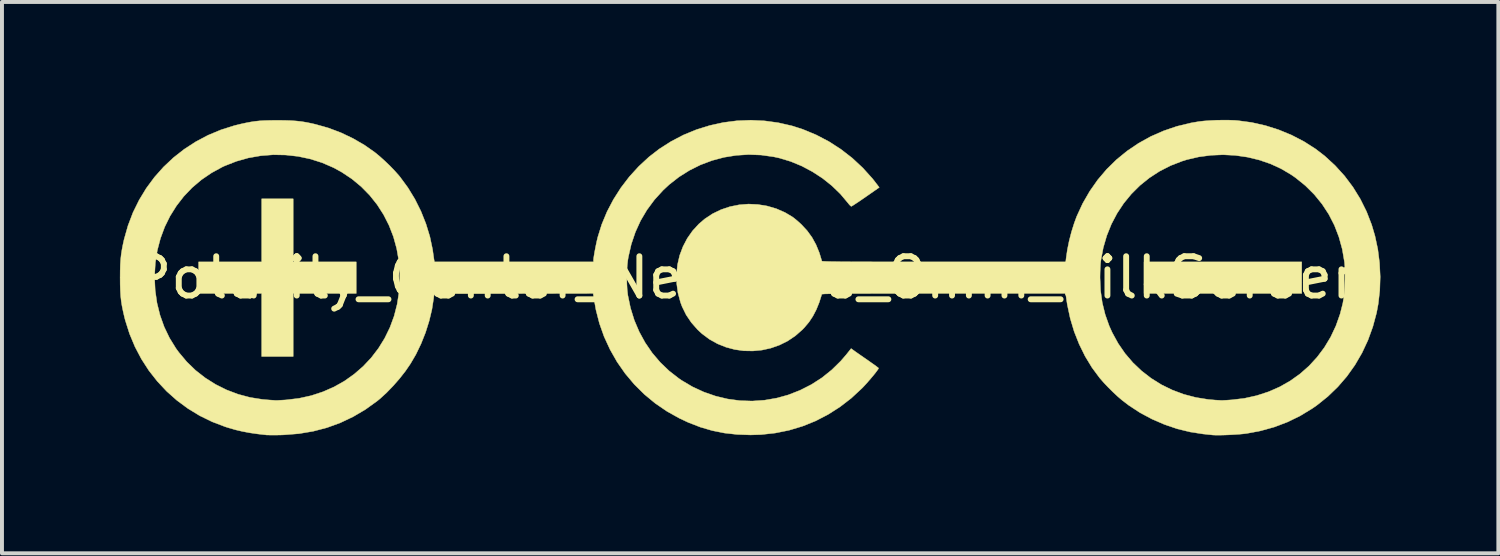
<source format=kicad_pcb>
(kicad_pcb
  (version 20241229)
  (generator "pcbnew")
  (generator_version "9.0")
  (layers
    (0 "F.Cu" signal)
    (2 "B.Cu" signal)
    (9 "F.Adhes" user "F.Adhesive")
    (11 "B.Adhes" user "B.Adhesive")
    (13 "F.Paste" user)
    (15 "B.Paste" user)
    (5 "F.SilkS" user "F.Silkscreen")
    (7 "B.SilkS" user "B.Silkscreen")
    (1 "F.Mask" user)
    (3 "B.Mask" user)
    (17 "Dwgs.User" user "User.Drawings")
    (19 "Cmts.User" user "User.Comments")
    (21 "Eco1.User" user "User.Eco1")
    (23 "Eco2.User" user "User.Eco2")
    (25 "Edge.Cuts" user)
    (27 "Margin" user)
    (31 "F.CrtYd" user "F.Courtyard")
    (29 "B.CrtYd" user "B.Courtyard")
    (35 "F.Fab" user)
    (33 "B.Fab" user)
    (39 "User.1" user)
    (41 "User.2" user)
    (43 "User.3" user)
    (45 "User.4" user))
  (footprint "Polarity_Center_Negative_8mm_SilkScreen"
    (layer "F.Cu")
    (at 16.021 4.012)
    (property "Reference" "Polarity_Center_Negative_8mm_SilkScreen" (at 0 0 0) (layer "F.SilkS") (effects (font (size 1 1) (thickness 0.15))))
    (attr exclude_from_pos_files exclude_from_bom allow_missing_courtyard)
    (fp_poly (pts (xy 14.037 0.401) (xy 10.026 0.401) (xy 10.026 -0.401) (xy 14.037 -0.401) (xy 14.037 0.401)) (stroke (width 0.01) (type solid)) (fill yes) (layer "F.SilkS"))
    (fp_poly (pts (xy -11.614 -0.401) (xy -10.01 -0.401) (xy -10.01 0.401) (xy -11.614 0.401) (xy -11.614 2.005) (xy -12.416 2.005) (xy -12.416 0.401) (xy -14.02 0.401) (xy -14.02 -0.401) (xy -12.416 -0.401) (xy -12.416 -2.005) (xy -11.614 -2.005) (xy -11.614 -0.401)) (stroke (width 0.01) (type solid)) (fill yes) (layer "F.SilkS"))
    (fp_poly (pts (xy 12.193 -4.006) (xy 12.338 -4.001) (xy 12.409 -3.995) (xy 12.765 -3.947) (xy 13.115 -3.868) (xy 13.455 -3.76) (xy 13.783 -3.624) (xy 14.095 -3.462) (xy 14.388 -3.275) (xy 14.622 -3.095) (xy 14.886 -2.852) (xy 15.126 -2.588) (xy 15.34 -2.303) (xy 15.527 -2) (xy 15.686 -1.68) (xy 15.816 -1.345) (xy 15.9 -1.061) (xy 15.972 -0.723) (xy 16.016 -0.375) (xy 16.033 -0.023) (xy 16.022 0.326) (xy 15.983 0.666) (xy 15.941 0.892) (xy 15.845 1.249) (xy 15.721 1.591) (xy 15.569 1.916) (xy 15.39 2.223) (xy 15.185 2.511) (xy 14.954 2.778) (xy 14.699 3.024) (xy 14.42 3.247) (xy 14.302 3.329) (xy 13.994 3.516) (xy 13.672 3.673) (xy 13.336 3.8) (xy 12.986 3.897) (xy 12.645 3.961) (xy 12.559 3.972) (xy 12.454 3.982) (xy 12.335 3.99) (xy 12.21 3.997) (xy 12.087 4.002) (xy 11.971 4.005) (xy 11.871 4.006) (xy 11.794 4.003) (xy 11.764 4.001) (xy 11.723 3.996) (xy 11.658 3.99) (xy 11.581 3.981) (xy 11.53 3.976) (xy 11.2 3.925) (xy 10.869 3.844) (xy 10.543 3.733) (xy 10.226 3.596) (xy 9.922 3.433) (xy 9.638 3.247) (xy 9.467 3.116) (xy 9.357 3.022) (xy 9.238 2.911) (xy 9.117 2.791) (xy 9.004 2.672) (xy 8.908 2.562) (xy 8.896 2.548) (xy 8.701 2.285) (xy 8.527 1.998) (xy 8.376 1.691) (xy 8.249 1.37) (xy 8.149 1.036) (xy 8.076 0.695) (xy 8.062 0.606) (xy 8.032 0.401) (xy 4.934 0.401) (xy 4.543 0.401) (xy 4.184 0.401) (xy 3.856 0.401) (xy 3.557 0.402) (xy 3.287 0.402) (xy 3.045 0.403) (xy 2.829 0.403) (xy 2.638 0.404) (xy 2.47 0.405) (xy 2.325 0.406) (xy 2.201 0.408) (xy 2.098 0.409) (xy 2.013 0.411) (xy 1.946 0.412) (xy 1.896 0.414) (xy 1.861 0.417) (xy 1.839 0.419) (xy 1.831 0.422) (xy 1.831 0.422) (xy 1.764 0.633) (xy 1.689 0.817) (xy 1.604 0.98) (xy 1.506 1.128) (xy 1.39 1.266) (xy 1.338 1.321) (xy 1.158 1.479) (xy 0.962 1.611) (xy 0.753 1.715) (xy 0.534 1.792) (xy 0.308 1.842) (xy 0.078 1.864) (xy -0.153 1.86) (xy -0.382 1.828) (xy -0.606 1.768) (xy -0.821 1.682) (xy -1.026 1.568) (xy -1.215 1.427) (xy -1.326 1.325) (xy -1.488 1.141) (xy -1.619 0.947) (xy -1.721 0.74) (xy -1.763 0.628) (xy -1.828 0.387) (xy -1.861 0.144) (xy -1.863 0.006) (xy 8.907 0.006) (xy 8.921 0.329) (xy 8.964 0.638) (xy 9.037 0.935) (xy 9.14 1.226) (xy 9.216 1.395) (xy 9.367 1.671) (xy 9.543 1.927) (xy 9.743 2.161) (xy 9.965 2.372) (xy 10.207 2.559) (xy 10.468 2.722) (xy 10.746 2.858) (xy 11.038 2.967) (xy 11.344 3.047) (xy 11.661 3.098) (xy 11.848 3.114) (xy 11.908 3.117) (xy 11.961 3.12) (xy 11.981 3.122) (xy 12.013 3.122) (xy 12.071 3.119) (xy 12.146 3.115) (xy 12.233 3.109) (xy 12.252 3.108) (xy 12.58 3.069) (xy 12.895 2.999) (xy 13.195 2.901) (xy 13.479 2.776) (xy 13.746 2.624) (xy 13.994 2.447) (xy 14.222 2.246) (xy 14.428 2.022) (xy 14.612 1.777) (xy 14.772 1.511) (xy 14.906 1.227) (xy 15.013 0.924) (xy 15.082 0.652) (xy 15.103 0.526) (xy 15.12 0.377) (xy 15.132 0.213) (xy 15.138 0.044) (xy 15.139 -0.121) (xy 15.134 -0.273) (xy 15.124 -0.397) (xy 15.068 -0.724) (xy 14.982 -1.036) (xy 14.868 -1.332) (xy 14.725 -1.611) (xy 14.554 -1.872) (xy 14.356 -2.115) (xy 14.131 -2.339) (xy 13.88 -2.542) (xy 13.769 -2.619) (xy 13.514 -2.77) (xy 13.24 -2.896) (xy 12.953 -2.994) (xy 12.654 -3.066) (xy 12.348 -3.11) (xy 12.038 -3.126) (xy 11.727 -3.113) (xy 11.419 -3.072) (xy 11.117 -3.002) (xy 10.996 -2.964) (xy 10.699 -2.849) (xy 10.42 -2.706) (xy 10.16 -2.537) (xy 9.921 -2.344) (xy 9.704 -2.128) (xy 9.51 -1.892) (xy 9.34 -1.635) (xy 9.196 -1.361) (xy 9.079 -1.07) (xy 8.99 -0.765) (xy 8.93 -0.446) (xy 8.924 -0.401) (xy 8.918 -0.333) (xy 8.913 -0.241) (xy 8.909 -0.137) (xy 8.907 -0.03) (xy 8.907 0.006) (xy -1.863 0.006) (xy -1.864 -0.098) (xy -1.838 -0.336) (xy -1.784 -0.568) (xy -1.701 -0.789) (xy -1.592 -0.998) (xy -1.457 -1.191) (xy -1.296 -1.366) (xy -1.148 -1.493) (xy -0.947 -1.626) (xy -0.732 -1.73) (xy -0.506 -1.806) (xy -0.272 -1.853) (xy -0.034 -1.872) (xy 0.205 -1.861) (xy 0.442 -1.822) (xy 0.672 -1.755) (xy 0.894 -1.658) (xy 1.078 -1.549) (xy 1.133 -1.508) (xy 1.201 -1.452) (xy 1.272 -1.389) (xy 1.316 -1.348) (xy 1.46 -1.192) (xy 1.582 -1.024) (xy 1.683 -0.84) (xy 1.767 -0.635) (xy 1.832 -0.422) (xy 1.838 -0.419) (xy 1.858 -0.417) (xy 1.891 -0.415) (xy 1.94 -0.413) (xy 2.004 -0.411) (xy 2.087 -0.409) (xy 2.188 -0.408) (xy 2.309 -0.406) (xy 2.451 -0.405) (xy 2.616 -0.404) (xy 2.804 -0.404) (xy 3.017 -0.403) (xy 3.257 -0.402) (xy 3.523 -0.402) (xy 3.818 -0.401) (xy 4.142 -0.401) (xy 4.498 -0.401) (xy 4.885 -0.401) (xy 8.034 -0.401) (xy 8.046 -0.505) (xy 8.077 -0.715) (xy 8.123 -0.94) (xy 8.182 -1.168) (xy 8.251 -1.388) (xy 8.315 -1.561) (xy 8.467 -1.89) (xy 8.646 -2.2) (xy 8.849 -2.489) (xy 9.076 -2.757) (xy 9.326 -3.002) (xy 9.597 -3.223) (xy 9.887 -3.419) (xy 10.195 -3.59) (xy 10.521 -3.733) (xy 10.861 -3.849) (xy 11.216 -3.935) (xy 11.419 -3.97) (xy 11.547 -3.985) (xy 11.699 -3.996) (xy 11.863 -4.004) (xy 12.031 -4.007) (xy 12.193 -4.006)) (stroke (width 0.01) (type solid)) (fill yes) (layer "F.SilkS"))
    (fp_poly (pts (xy 0.378 -3.988) (xy 0.727 -3.94) (xy 1.073 -3.861) (xy 1.345 -3.774) (xy 1.685 -3.633) (xy 2.01 -3.463) (xy 2.317 -3.265) (xy 2.606 -3.041) (xy 2.875 -2.79) (xy 3.122 -2.516) (xy 3.247 -2.355) (xy 3.292 -2.295) (xy 2.946 -2.054) (xy 2.85 -1.988) (xy 2.764 -1.929) (xy 2.689 -1.88) (xy 2.631 -1.842) (xy 2.593 -1.819) (xy 2.58 -1.813) (xy 2.561 -1.826) (xy 2.529 -1.858) (xy 2.493 -1.903) (xy 2.303 -2.129) (xy 2.087 -2.338) (xy 1.849 -2.528) (xy 1.592 -2.695) (xy 1.322 -2.839) (xy 1.041 -2.955) (xy 0.754 -3.042) (xy 0.608 -3.074) (xy 0.288 -3.119) (xy -0.031 -3.131) (xy -0.346 -3.111) (xy -0.657 -3.061) (xy -0.96 -2.98) (xy -1.253 -2.87) (xy -1.534 -2.73) (xy -1.8 -2.563) (xy -2.05 -2.368) (xy -2.206 -2.223) (xy -2.426 -1.981) (xy -2.617 -1.723) (xy -2.779 -1.449) (xy -2.911 -1.159) (xy -3.015 -0.852) (xy -3.089 -0.529) (xy -3.102 -0.451) (xy -3.117 -0.322) (xy -3.126 -0.172) (xy -3.13 -0.01) (xy -3.127 0.153) (xy -3.119 0.305) (xy -3.104 0.436) (xy -3.102 0.449) (xy -3.035 0.771) (xy -2.939 1.081) (xy -2.814 1.375) (xy -2.662 1.653) (xy -2.484 1.913) (xy -2.28 2.153) (xy -2.053 2.371) (xy -1.802 2.566) (xy -1.738 2.61) (xy -1.459 2.775) (xy -1.169 2.909) (xy -0.869 3.013) (xy -0.563 3.086) (xy -0.251 3.128) (xy 0.062 3.138) (xy 0.377 3.116) (xy 0.689 3.062) (xy 0.977 2.982) (xy 1.279 2.864) (xy 1.566 2.718) (xy 1.835 2.545) (xy 2.085 2.344) (xy 2.314 2.119) (xy 2.452 1.959) (xy 2.576 1.803) (xy 2.654 1.859) (xy 2.693 1.887) (xy 2.753 1.929) (xy 2.829 1.982) (xy 2.914 2.041) (xy 3.004 2.103) (xy 3.087 2.162) (xy 3.16 2.213) (xy 3.218 2.256) (xy 3.258 2.286) (xy 3.275 2.301) (xy 3.275 2.302) (xy 3.265 2.325) (xy 3.235 2.367) (xy 3.191 2.426) (xy 3.135 2.495) (xy 3.071 2.571) (xy 3.004 2.648) (xy 2.937 2.723) (xy 2.874 2.791) (xy 2.85 2.815) (xy 2.579 3.066) (xy 2.291 3.288) (xy 1.988 3.481) (xy 1.671 3.645) (xy 1.34 3.778) (xy 0.998 3.881) (xy 0.646 3.952) (xy 0.284 3.992) (xy 0.017 4) (xy -0.324 3.988) (xy -0.646 3.952) (xy -0.956 3.89) (xy -1.259 3.801) (xy -1.562 3.684) (xy -1.792 3.576) (xy -2.109 3.399) (xy -2.407 3.195) (xy -2.684 2.966) (xy -2.939 2.713) (xy -3.171 2.437) (xy -3.377 2.141) (xy -3.556 1.826) (xy -3.707 1.498) (xy -3.825 1.165) (xy -3.913 0.823) (xy -3.947 0.634) (xy -3.985 0.401) (xy -8.029 0.409) (xy -8.042 0.526) (xy -8.086 0.81) (xy -8.156 1.102) (xy -8.248 1.395) (xy -8.362 1.681) (xy -8.493 1.953) (xy -8.631 2.189) (xy -8.76 2.377) (xy -8.909 2.567) (xy -9.07 2.751) (xy -9.236 2.923) (xy -9.401 3.074) (xy -9.48 3.139) (xy -9.779 3.354) (xy -10.092 3.538) (xy -10.417 3.692) (xy -10.755 3.815) (xy -11.106 3.907) (xy -11.47 3.968) (xy -11.846 3.998) (xy -11.923 4.001) (xy -12.025 4.003) (xy -12.12 4.003) (xy -12.201 4.003) (xy -12.262 4.002) (xy -12.291 4.001) (xy -12.517 3.975) (xy -12.719 3.946) (xy -12.904 3.911) (xy -13.08 3.87) (xy -13.257 3.819) (xy -13.343 3.792) (xy -13.676 3.665) (xy -13.993 3.51) (xy -14.292 3.328) (xy -14.572 3.121) (xy -14.832 2.89) (xy -15.07 2.636) (xy -15.285 2.362) (xy -15.475 2.068) (xy -15.639 1.756) (xy -15.776 1.428) (xy -15.885 1.085) (xy -15.907 0.999) (xy -15.941 0.851) (xy -15.968 0.719) (xy -15.988 0.593) (xy -16.002 0.467) (xy -16.01 0.331) (xy -16.015 0.178) (xy -16.016 0) (xy -16.016 -0.008) (xy -15.14 -0.008) (xy -15.124 0.324) (xy -15.078 0.645) (xy -15.001 0.955) (xy -14.895 1.252) (xy -14.759 1.535) (xy -14.594 1.802) (xy -14.523 1.899) (xy -14.321 2.14) (xy -14.097 2.357) (xy -13.851 2.549) (xy -13.588 2.715) (xy -13.309 2.854) (xy -13.016 2.965) (xy -12.712 3.046) (xy -12.399 3.096) (xy -12.274 3.107) (xy -12.196 3.113) (xy -12.127 3.117) (xy -12.077 3.121) (xy -12.057 3.122) (xy -12.028 3.122) (xy -11.974 3.119) (xy -11.9 3.115) (xy -11.815 3.11) (xy -11.79 3.108) (xy -11.465 3.069) (xy -11.153 3) (xy -10.856 2.902) (xy -10.574 2.778) (xy -10.308 2.628) (xy -10.062 2.453) (xy -9.835 2.256) (xy -9.63 2.038) (xy -9.447 1.799) (xy -9.288 1.542) (xy -9.154 1.267) (xy -9.047 0.977) (xy -8.969 0.672) (xy -8.92 0.354) (xy -8.909 0.226) (xy -8.903 -0.105) (xy -8.927 -0.428) (xy -8.982 -0.741) (xy -9.065 -1.042) (xy -9.177 -1.33) (xy -9.315 -1.602) (xy -9.48 -1.859) (xy -9.67 -2.097) (xy -9.884 -2.315) (xy -10.122 -2.512) (xy -10.382 -2.685) (xy -10.586 -2.797) (xy -10.877 -2.923) (xy -11.179 -3.019) (xy -11.49 -3.085) (xy -11.805 -3.12) (xy -12.123 -3.126) (xy -12.44 -3.101) (xy -12.753 -3.046) (xy -13.058 -2.96) (xy -13.354 -2.844) (xy -13.415 -2.816) (xy -13.693 -2.664) (xy -13.951 -2.488) (xy -14.186 -2.288) (xy -14.397 -2.067) (xy -14.584 -1.825) (xy -14.746 -1.566) (xy -14.882 -1.29) (xy -14.99 -0.999) (xy -15.07 -0.694) (xy -15.12 -0.378) (xy -15.139 -0.052) (xy -15.14 -0.008) (xy -16.016 -0.008) (xy -16.015 -0.178) (xy -16.011 -0.331) (xy -16.002 -0.466) (xy -15.988 -0.593) (xy -15.968 -0.719) (xy -15.942 -0.852) (xy -15.914 -0.978) (xy -15.815 -1.326) (xy -15.688 -1.659) (xy -15.532 -1.975) (xy -15.35 -2.275) (xy -15.143 -2.555) (xy -14.913 -2.814) (xy -14.66 -3.052) (xy -14.386 -3.267) (xy -14.093 -3.457) (xy -13.782 -3.622) (xy -13.454 -3.759) (xy -13.11 -3.868) (xy -12.951 -3.907) (xy -12.813 -3.937) (xy -12.692 -3.96) (xy -12.578 -3.977) (xy -12.464 -3.989) (xy -12.343 -3.996) (xy -12.205 -4) (xy -12.044 -4.002) (xy -12.007 -4.002) (xy -11.828 -4) (xy -11.674 -3.995) (xy -11.536 -3.985) (xy -11.407 -3.971) (xy -11.278 -3.95) (xy -11.141 -3.922) (xy -11.047 -3.9) (xy -10.72 -3.808) (xy -10.399 -3.687) (xy -10.089 -3.539) (xy -9.795 -3.368) (xy -9.539 -3.188) (xy -9.418 -3.089) (xy -9.287 -2.971) (xy -9.155 -2.845) (xy -9.032 -2.717) (xy -8.925 -2.597) (xy -8.899 -2.565) (xy -8.698 -2.292) (xy -8.519 -1.999) (xy -8.365 -1.69) (xy -8.238 -1.371) (xy -8.138 -1.045) (xy -8.069 -0.718) (xy -8.055 -0.618) (xy -8.045 -0.548) (xy -8.036 -0.487) (xy -8.03 -0.446) (xy -8.028 -0.439) (xy -8.02 -0.401) (xy -3.977 -0.401) (xy -3.977 -0.441) (xy -3.974 -0.484) (xy -3.964 -0.552) (xy -3.95 -0.638) (xy -3.932 -0.734) (xy -3.912 -0.834) (xy -3.892 -0.928) (xy -3.872 -1.011) (xy -3.869 -1.026) (xy -3.766 -1.356) (xy -3.632 -1.678) (xy -3.469 -1.989) (xy -3.279 -2.287) (xy -3.064 -2.568) (xy -2.826 -2.829) (xy -2.567 -3.069) (xy -2.305 -3.272) (xy -2.003 -3.465) (xy -1.686 -3.63) (xy -1.358 -3.765) (xy -1.02 -3.87) (xy -0.676 -3.946) (xy -0.326 -3.991) (xy 0.026 -4.005) (xy 0.378 -3.988)) (stroke (width 0.01) (type solid)) (fill yes) (layer "F.SilkS")))
  (gr_rect
    (start -3 -3)
    (end 35.059 11.023)
    (stroke (width 0.1) (type default))
    (fill no)
    (layer "Edge.Cuts")))
</source>
